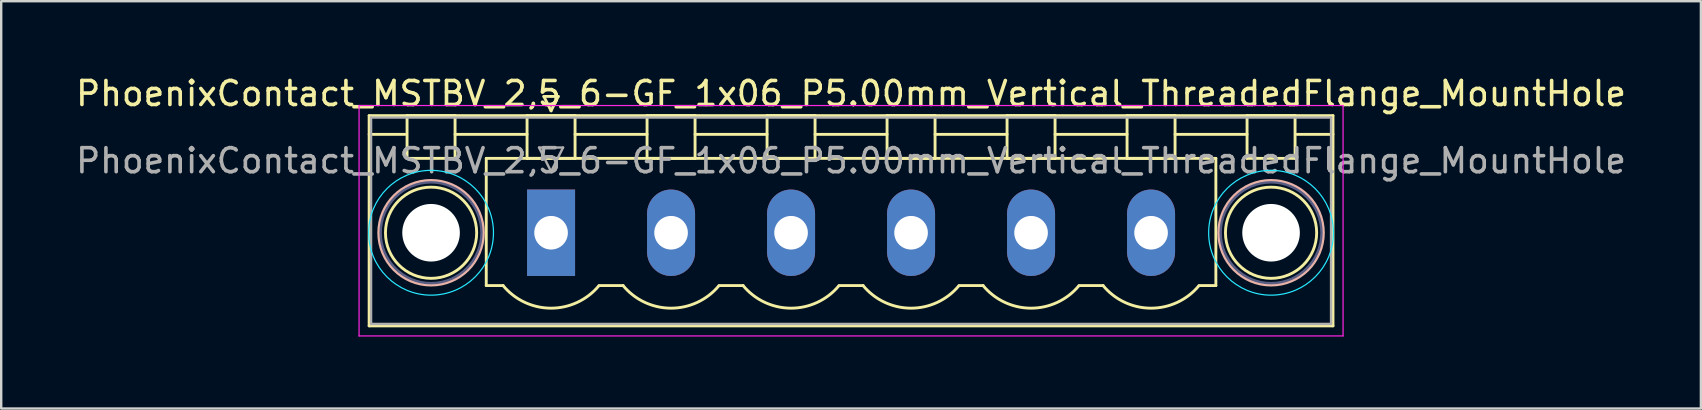
<source format=kicad_pcb>
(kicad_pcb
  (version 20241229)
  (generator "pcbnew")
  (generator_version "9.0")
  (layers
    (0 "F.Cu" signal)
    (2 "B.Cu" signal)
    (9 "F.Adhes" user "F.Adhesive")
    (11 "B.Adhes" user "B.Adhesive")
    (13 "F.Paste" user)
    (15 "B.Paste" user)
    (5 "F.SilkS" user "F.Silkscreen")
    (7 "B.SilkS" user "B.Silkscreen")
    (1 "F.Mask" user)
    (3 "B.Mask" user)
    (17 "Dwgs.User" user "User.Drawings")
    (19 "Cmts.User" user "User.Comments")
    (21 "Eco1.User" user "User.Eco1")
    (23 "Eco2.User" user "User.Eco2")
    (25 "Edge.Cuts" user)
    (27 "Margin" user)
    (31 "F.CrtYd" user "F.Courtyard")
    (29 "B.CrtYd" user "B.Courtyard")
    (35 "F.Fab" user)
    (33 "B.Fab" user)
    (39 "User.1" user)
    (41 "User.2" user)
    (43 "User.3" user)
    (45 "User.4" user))
  (footprint "PhoenixContact_MSTBV_2,5_6-GF_1x06_P5.00mm_Vertical_ThreadedFlange_MountHole"
    (layer "F.Cu")
    (at 19.911 6.648)
    (property "Reference" "PhoenixContact_MSTBV_2,5_6-GF_1x06_P5.00mm_Vertical_ThreadedFlange_MountHole" (at 12.5 -5.8 0) (layer "F.SilkS") (effects (font (size 1 1) (thickness 0.15))))
    (attr through_hole)
    (fp_line (start -7.58 -4.88) (end -7.58 3.88) (stroke (width 0.12) (type solid)) (layer "F.SilkS"))
    (fp_line (start -7.58 -4.1) (end -6.08 -4.1) (stroke (width 0.12) (type solid)) (layer "F.SilkS"))
    (fp_line (start -7.58 3.88) (end 32.58 3.88) (stroke (width 0.12) (type solid)) (layer "F.SilkS"))
    (fp_line (start -6 -4.88) (end -4 -4.88) (stroke (width 0.12) (type solid)) (layer "F.SilkS"))
    (fp_line (start -6 -3.1) (end -6 -4.88) (stroke (width 0.12) (type solid)) (layer "F.SilkS"))
    (fp_line (start -4 -4.88) (end -4 -3.1) (stroke (width 0.12) (type solid)) (layer "F.SilkS"))
    (fp_line (start -4 -4.1) (end -1 -4.1) (stroke (width 0.12) (type solid)) (layer "F.SilkS"))
    (fp_line (start -4 -3.1) (end -6 -3.1) (stroke (width 0.12) (type solid)) (layer "F.SilkS"))
    (fp_line (start -2.7 -3.1) (end 27.7 -3.1) (stroke (width 0.12) (type solid)) (layer "F.SilkS"))
    (fp_line (start -2.7 2.2) (end -2.7 -3.1) (stroke (width 0.12) (type solid)) (layer "F.SilkS"))
    (fp_line (start -2 2.2) (end -2.7 2.2) (stroke (width 0.12) (type solid)) (layer "F.SilkS"))
    (fp_line (start -1 -4.88) (end 1 -4.88) (stroke (width 0.12) (type solid)) (layer "F.SilkS"))
    (fp_line (start -1 -3.1) (end -1 -4.88) (stroke (width 0.12) (type solid)) (layer "F.SilkS"))
    (fp_line (start -0.3 -5.68) (end 0.3 -5.68) (stroke (width 0.12) (type solid)) (layer "F.SilkS"))
    (fp_line (start 0 -5.08) (end -0.3 -5.68) (stroke (width 0.12) (type solid)) (layer "F.SilkS"))
    (fp_line (start 0.3 -5.68) (end 0 -5.08) (stroke (width 0.12) (type solid)) (layer "F.SilkS"))
    (fp_line (start 1 -4.88) (end 1 -3.1) (stroke (width 0.12) (type solid)) (layer "F.SilkS"))
    (fp_line (start 1 -4.1) (end 4 -4.1) (stroke (width 0.12) (type solid)) (layer "F.SilkS"))
    (fp_line (start 1 -3.1) (end -1 -3.1) (stroke (width 0.12) (type solid)) (layer "F.SilkS"))
    (fp_line (start 2 2.2) (end 3 2.2) (stroke (width 0.12) (type solid)) (layer "F.SilkS"))
    (fp_line (start 4 -4.88) (end 6 -4.88) (stroke (width 0.12) (type solid)) (layer "F.SilkS"))
    (fp_line (start 4 -3.1) (end 4 -4.88) (stroke (width 0.12) (type solid)) (layer "F.SilkS"))
    (fp_line (start 6 -4.88) (end 6 -3.1) (stroke (width 0.12) (type solid)) (layer "F.SilkS"))
    (fp_line (start 6 -4.1) (end 9 -4.1) (stroke (width 0.12) (type solid)) (layer "F.SilkS"))
    (fp_line (start 6 -3.1) (end 4 -3.1) (stroke (width 0.12) (type solid)) (layer "F.SilkS"))
    (fp_line (start 7 2.2) (end 8 2.2) (stroke (width 0.12) (type solid)) (layer "F.SilkS"))
    (fp_line (start 9 -4.88) (end 11 -4.88) (stroke (width 0.12) (type solid)) (layer "F.SilkS"))
    (fp_line (start 9 -3.1) (end 9 -4.88) (stroke (width 0.12) (type solid)) (layer "F.SilkS"))
    (fp_line (start 11 -4.88) (end 11 -3.1) (stroke (width 0.12) (type solid)) (layer "F.SilkS"))
    (fp_line (start 11 -4.1) (end 14 -4.1) (stroke (width 0.12) (type solid)) (layer "F.SilkS"))
    (fp_line (start 11 -3.1) (end 9 -3.1) (stroke (width 0.12) (type solid)) (layer "F.SilkS"))
    (fp_line (start 12 2.2) (end 13 2.2) (stroke (width 0.12) (type solid)) (layer "F.SilkS"))
    (fp_line (start 14 -4.88) (end 16 -4.88) (stroke (width 0.12) (type solid)) (layer "F.SilkS"))
    (fp_line (start 14 -3.1) (end 14 -4.88) (stroke (width 0.12) (type solid)) (layer "F.SilkS"))
    (fp_line (start 16 -4.88) (end 16 -3.1) (stroke (width 0.12) (type solid)) (layer "F.SilkS"))
    (fp_line (start 16 -4.1) (end 19 -4.1) (stroke (width 0.12) (type solid)) (layer "F.SilkS"))
    (fp_line (start 16 -3.1) (end 14 -3.1) (stroke (width 0.12) (type solid)) (layer "F.SilkS"))
    (fp_line (start 17 2.2) (end 18 2.2) (stroke (width 0.12) (type solid)) (layer "F.SilkS"))
    (fp_line (start 19 -4.88) (end 21 -4.88) (stroke (width 0.12) (type solid)) (layer "F.SilkS"))
    (fp_line (start 19 -3.1) (end 19 -4.88) (stroke (width 0.12) (type solid)) (layer "F.SilkS"))
    (fp_line (start 21 -4.88) (end 21 -3.1) (stroke (width 0.12) (type solid)) (layer "F.SilkS"))
    (fp_line (start 21 -4.1) (end 24 -4.1) (stroke (width 0.12) (type solid)) (layer "F.SilkS"))
    (fp_line (start 21 -3.1) (end 19 -3.1) (stroke (width 0.12) (type solid)) (layer "F.SilkS"))
    (fp_line (start 22 2.2) (end 23 2.2) (stroke (width 0.12) (type solid)) (layer "F.SilkS"))
    (fp_line (start 24 -4.88) (end 26 -4.88) (stroke (width 0.12) (type solid)) (layer "F.SilkS"))
    (fp_line (start 24 -3.1) (end 24 -4.88) (stroke (width 0.12) (type solid)) (layer "F.SilkS"))
    (fp_line (start 26 -4.88) (end 26 -3.1) (stroke (width 0.12) (type solid)) (layer "F.SilkS"))
    (fp_line (start 26 -4.1) (end 29 -4.1) (stroke (width 0.12) (type solid)) (layer "F.SilkS"))
    (fp_line (start 26 -3.1) (end 24 -3.1) (stroke (width 0.12) (type solid)) (layer "F.SilkS"))
    (fp_line (start 27.7 -3.1) (end 27.7 2.2) (stroke (width 0.12) (type solid)) (layer "F.SilkS"))
    (fp_line (start 27.7 2.2) (end 27 2.2) (stroke (width 0.12) (type solid)) (layer "F.SilkS"))
    (fp_line (start 29 -4.88) (end 31 -4.88) (stroke (width 0.12) (type solid)) (layer "F.SilkS"))
    (fp_line (start 29 -3.1) (end 29 -4.88) (stroke (width 0.12) (type solid)) (layer "F.SilkS"))
    (fp_line (start 31 -4.88) (end 31 -3.1) (stroke (width 0.12) (type solid)) (layer "F.SilkS"))
    (fp_line (start 31 -3.1) (end 29 -3.1) (stroke (width 0.12) (type solid)) (layer "F.SilkS"))
    (fp_line (start 32.58 -4.88) (end -7.58 -4.88) (stroke (width 0.12) (type solid)) (layer "F.SilkS"))
    (fp_line (start 32.58 -4.1) (end 31.08 -4.1) (stroke (width 0.12) (type solid)) (layer "F.SilkS"))
    (fp_line (start 32.58 3.88) (end 32.58 -4.88) (stroke (width 0.12) (type solid)) (layer "F.SilkS"))
    (fp_arc (start 1.986842 2.215821) (mid -0.010289 3.142758) (end -2 2.2) (stroke (width 0.12) (type solid)) (layer "F.SilkS"))
    (fp_arc (start 6.986842 2.215821) (mid 4.989711 3.142758) (end 3 2.2) (stroke (width 0.12) (type solid)) (layer "F.SilkS"))
    (fp_arc (start 11.986842 2.215821) (mid 9.989711 3.142758) (end 8 2.2) (stroke (width 0.12) (type solid)) (layer "F.SilkS"))
    (fp_arc (start 16.986842 2.215821) (mid 14.989711 3.142758) (end 13 2.2) (stroke (width 0.12) (type solid)) (layer "F.SilkS"))
    (fp_arc (start 21.986842 2.215821) (mid 19.989711 3.142758) (end 18 2.2) (stroke (width 0.12) (type solid)) (layer "F.SilkS"))
    (fp_arc (start 26.986842 2.215821) (mid 24.989711 3.142758) (end 23 2.2) (stroke (width 0.12) (type solid)) (layer "F.SilkS"))
    (fp_circle (center -5 0) (end -3.1 0) (stroke (width 0.12) (type solid)) (fill no) (layer "F.SilkS"))
    (fp_circle (center 30 0) (end 31.9 0) (stroke (width 0.12) (type solid)) (fill no) (layer "F.SilkS"))
    (fp_circle (center -5 0) (end -2.82 0) (stroke (width 0.12) (type solid)) (fill no) (layer "B.SilkS"))
    (fp_circle (center 30 0) (end 32.18 0) (stroke (width 0.12) (type solid)) (fill no) (layer "B.SilkS"))
    (fp_circle (center -5 0) (end -2.4 0) (stroke (width 0.05) (type solid)) (fill no) (layer "B.CrtYd"))
    (fp_circle (center 30 0) (end 32.6 0) (stroke (width 0.05) (type solid)) (fill no) (layer "B.CrtYd"))
    (fp_line (start -8 -5.3) (end -8 4.3) (stroke (width 0.05) (type solid)) (layer "F.CrtYd"))
    (fp_line (start -8 4.3) (end 33 4.3) (stroke (width 0.05) (type solid)) (layer "F.CrtYd"))
    (fp_line (start 33 -5.3) (end -8 -5.3) (stroke (width 0.05) (type solid)) (layer "F.CrtYd"))
    (fp_line (start 33 4.3) (end 33 -5.3) (stroke (width 0.05) (type solid)) (layer "F.CrtYd"))
    (fp_circle (center -5 0) (end -2.9 0) (stroke (width 0.1) (type solid)) (fill no) (layer "B.Fab"))
    (fp_circle (center 30 0) (end 32.1 0) (stroke (width 0.1) (type solid)) (fill no) (layer "B.Fab"))
    (fp_line (start -7.5 -4.8) (end -7.5 3.8) (stroke (width 0.1) (type solid)) (layer "F.Fab"))
    (fp_line (start -7.5 3.8) (end 32.5 3.8) (stroke (width 0.1) (type solid)) (layer "F.Fab"))
    (fp_line (start -0.5 -3.55) (end 0.5 -3.55) (stroke (width 0.1) (type solid)) (layer "F.Fab"))
    (fp_line (start 0 -2.55) (end -0.5 -3.55) (stroke (width 0.1) (type solid)) (layer "F.Fab"))
    (fp_line (start 0.5 -3.55) (end 0 -2.55) (stroke (width 0.1) (type solid)) (layer "F.Fab"))
    (fp_line (start 32.5 -4.8) (end -7.5 -4.8) (stroke (width 0.1) (type solid)) (layer "F.Fab"))
    (fp_line (start 32.5 3.8) (end 32.5 -4.8) (stroke (width 0.1) (type solid)) (layer "F.Fab"))
    (fp_text user "${REFERENCE}" (at 12.5 -3 0) (layer "F.Fab") (effects (font (size 1 1) (thickness 0.15))))
    (pad "" np_thru_hole circle (at -5 0) (size 2.4 2.4) (drill 2.4) (layers "*.Cu" "*.Mask"))
    (pad "" np_thru_hole circle (at 30 0) (size 2.4 2.4) (drill 2.4) (layers "*.Cu" "*.Mask"))
    (pad "1" thru_hole rect (at 0 0) (size 2 3.6) (drill 1.4) (layers "*.Cu" "*.Mask"))
    (pad "2" thru_hole oval (at 5 0) (size 2 3.6) (drill 1.4) (layers "*.Cu" "*.Mask"))
    (pad "3" thru_hole oval (at 10 0) (size 2 3.6) (drill 1.4) (layers "*.Cu" "*.Mask"))
    (pad "4" thru_hole oval (at 15 0) (size 2 3.6) (drill 1.4) (layers "*.Cu" "*.Mask"))
    (pad "5" thru_hole oval (at 20 0) (size 2 3.6) (drill 1.4) (layers "*.Cu" "*.Mask"))
    (pad "6" thru_hole oval (at 25 0) (size 2 3.6) (drill 1.4) (layers "*.Cu" "*.Mask")))
  (gr_rect
    (start -3 -3)
    (end 67.821 13.973)
    (stroke (width 0.1) (type default))
    (fill no)
    (layer "Edge.Cuts")))
</source>
